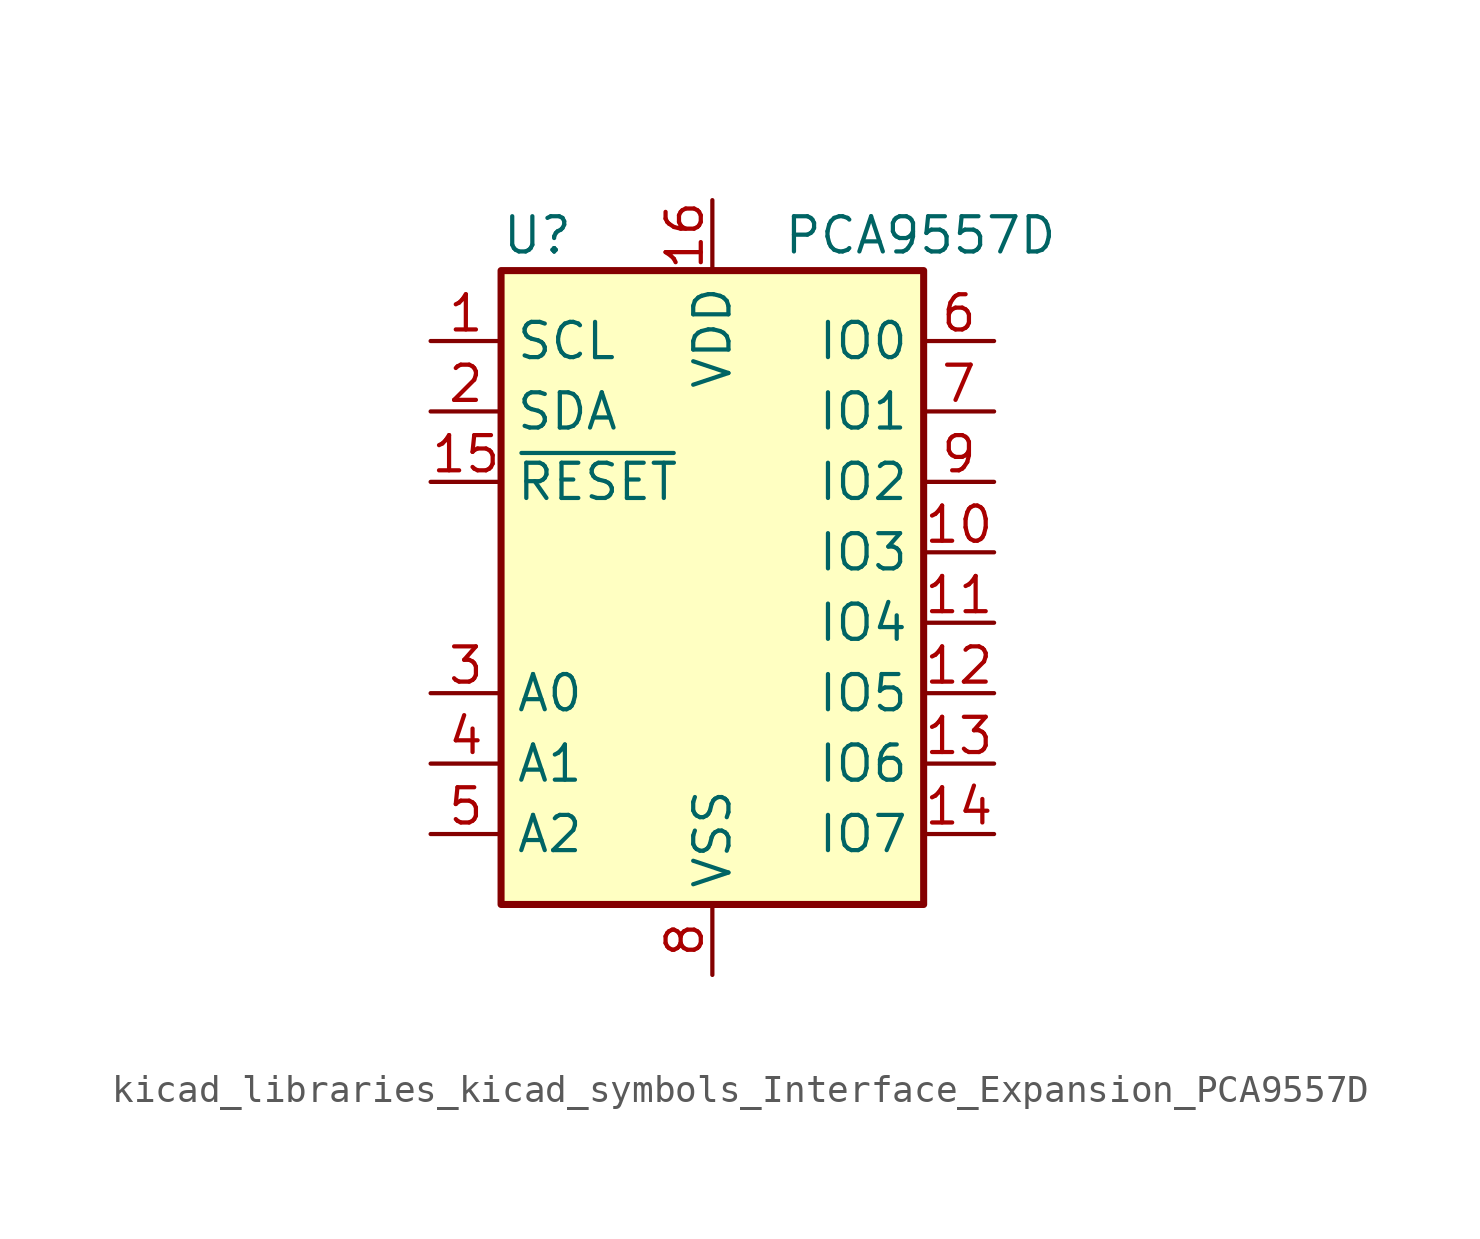
<source format=kicad_sym>
(kicad_symbol_lib
  (version 20220914)
  (generator kicad_symbol_editor)
  (symbol "kicad_libraries_kicad_symbols_Interface_Expansion_PCA9557D"
    (property "Reference" "U"
      (at -7.62 11.43 0)
      (effects (font (size 1.27 1.27)) (justify left)))
    (property "Value" "PCA9557D"
      (at 2.54 11.43 0)
      (effects (font (size 1.27 1.27)) (justify left)))
    (symbol "kicad_libraries_kicad_symbols_Interface_Expansion_PCA9557D_0_1"
      (rectangle (start -7.62 -12.7) (end 7.62 10.16) (stroke (width 0.254) (type default)) (fill (type background))))
    (symbol "kicad_libraries_kicad_symbols_Interface_Expansion_PCA9557D_1_1"
      (pin input line (at -10.16 7.62 0) (length 2.54) (name "SCL" (effects (font (size 1.27 1.27)))) (number "1" (effects (font (size 1.27 1.27)))))
      (pin bidirectional line (at 10.16 0 180) (length 2.54) (name "IO3" (effects (font (size 1.27 1.27)))) (number "10" (effects (font (size 1.27 1.27)))))
      (pin bidirectional line (at 10.16 -2.54 180) (length 2.54) (name "IO4" (effects (font (size 1.27 1.27)))) (number "11" (effects (font (size 1.27 1.27)))))
      (pin bidirectional line (at 10.16 -5.08 180) (length 2.54) (name "IO5" (effects (font (size 1.27 1.27)))) (number "12" (effects (font (size 1.27 1.27)))))
      (pin bidirectional line (at 10.16 -7.62 180) (length 2.54) (name "IO6" (effects (font (size 1.27 1.27)))) (number "13" (effects (font (size 1.27 1.27)))))
      (pin bidirectional line (at 10.16 -10.16 180) (length 2.54) (name "IO7" (effects (font (size 1.27 1.27)))) (number "14" (effects (font (size 1.27 1.27)))))
      (pin input line (at -10.16 2.54 0) (length 2.54) (name "~{RESET}" (effects (font (size 1.27 1.27)))) (number "15" (effects (font (size 1.27 1.27)))))
      (pin power_in line (at 0 12.7 270) (length 2.54) (name "VDD" (effects (font (size 1.27 1.27)))) (number "16" (effects (font (size 1.27 1.27)))))
      (pin bidirectional line (at -10.16 5.08 0) (length 2.54) (name "SDA" (effects (font (size 1.27 1.27)))) (number "2" (effects (font (size 1.27 1.27)))))
      (pin input line (at -10.16 -5.08 0) (length 2.54) (name "A0" (effects (font (size 1.27 1.27)))) (number "3" (effects (font (size 1.27 1.27)))))
      (pin input line (at -10.16 -7.62 0) (length 2.54) (name "A1" (effects (font (size 1.27 1.27)))) (number "4" (effects (font (size 1.27 1.27)))))
      (pin input line (at -10.16 -10.16 0) (length 2.54) (name "A2" (effects (font (size 1.27 1.27)))) (number "5" (effects (font (size 1.27 1.27)))))
      (pin bidirectional line (at 10.16 7.62 180) (length 2.54) (name "IO0" (effects (font (size 1.27 1.27)))) (number "6" (effects (font (size 1.27 1.27)))))
      (pin bidirectional line (at 10.16 5.08 180) (length 2.54) (name "IO1" (effects (font (size 1.27 1.27)))) (number "7" (effects (font (size 1.27 1.27)))))
      (pin power_in line (at 0 -15.24 90) (length 2.54) (name "VSS" (effects (font (size 1.27 1.27)))) (number "8" (effects (font (size 1.27 1.27)))))
      (pin bidirectional line (at 10.16 2.54 180) (length 2.54) (name "IO2" (effects (font (size 1.27 1.27)))) (number "9" (effects (font (size 1.27 1.27))))))))
</source>
